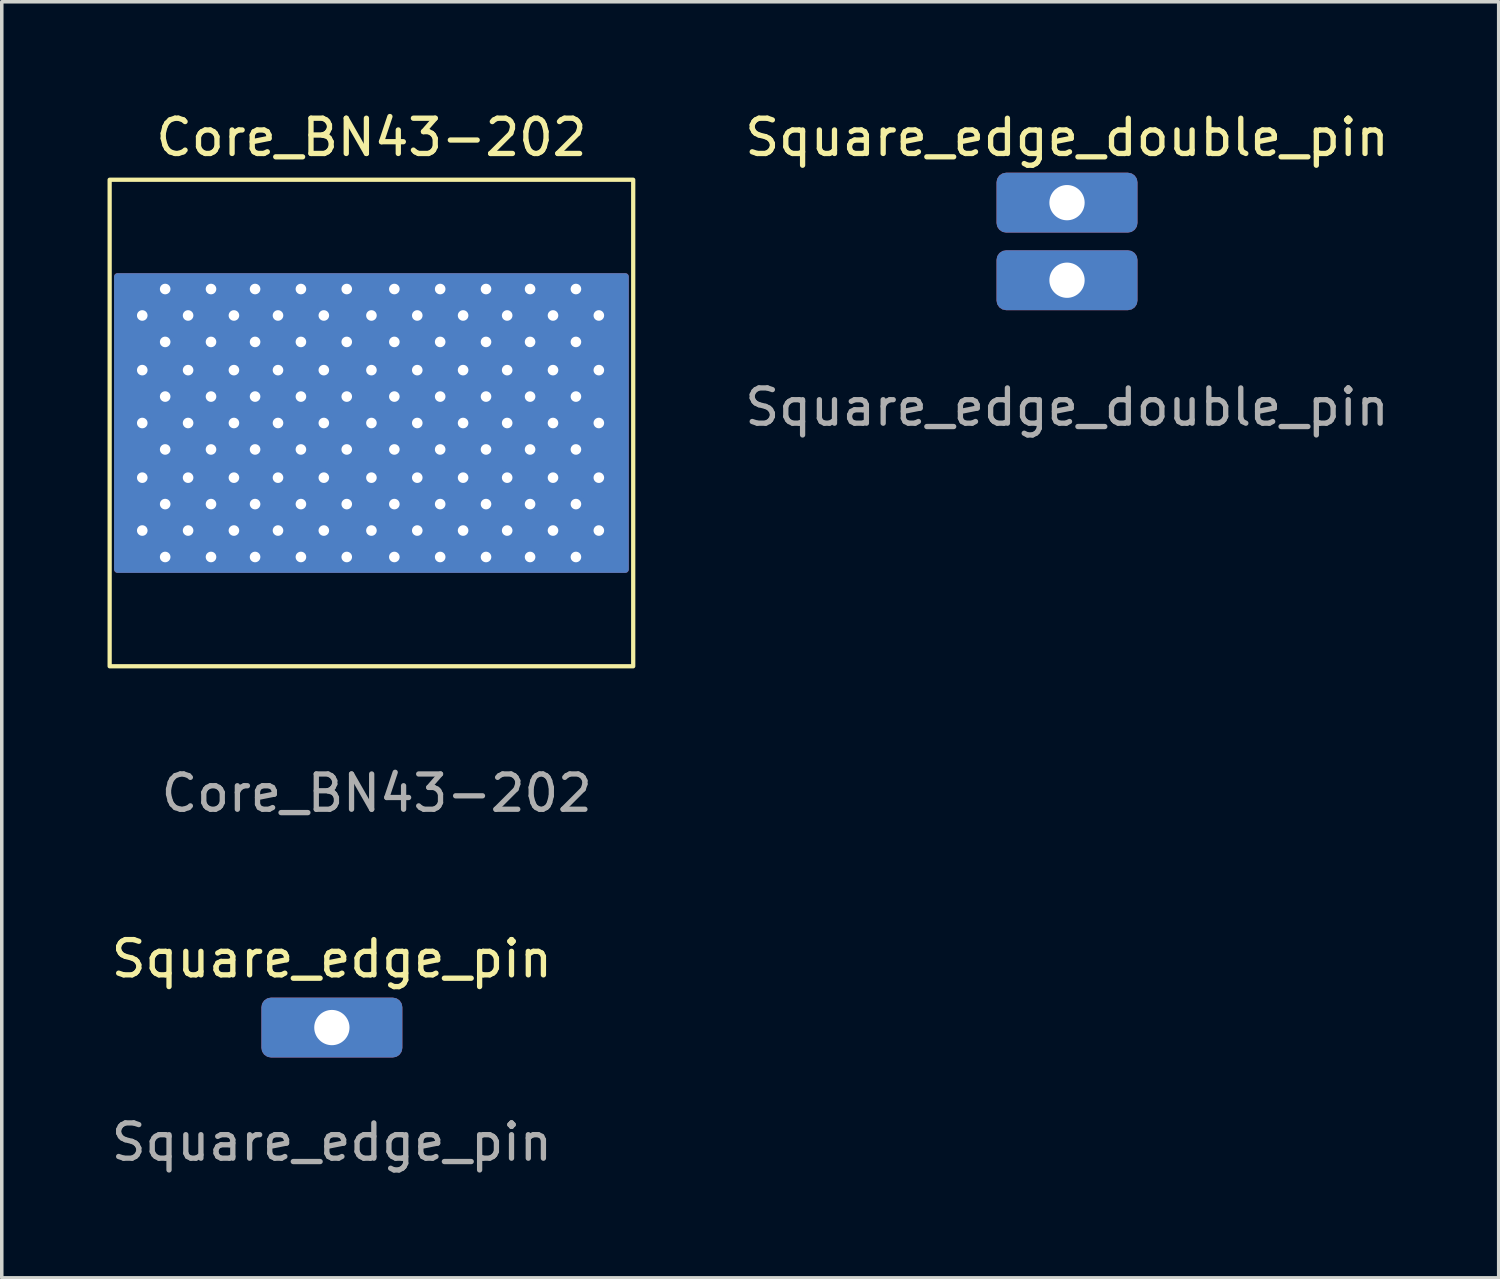
<source format=kicad_pcb>
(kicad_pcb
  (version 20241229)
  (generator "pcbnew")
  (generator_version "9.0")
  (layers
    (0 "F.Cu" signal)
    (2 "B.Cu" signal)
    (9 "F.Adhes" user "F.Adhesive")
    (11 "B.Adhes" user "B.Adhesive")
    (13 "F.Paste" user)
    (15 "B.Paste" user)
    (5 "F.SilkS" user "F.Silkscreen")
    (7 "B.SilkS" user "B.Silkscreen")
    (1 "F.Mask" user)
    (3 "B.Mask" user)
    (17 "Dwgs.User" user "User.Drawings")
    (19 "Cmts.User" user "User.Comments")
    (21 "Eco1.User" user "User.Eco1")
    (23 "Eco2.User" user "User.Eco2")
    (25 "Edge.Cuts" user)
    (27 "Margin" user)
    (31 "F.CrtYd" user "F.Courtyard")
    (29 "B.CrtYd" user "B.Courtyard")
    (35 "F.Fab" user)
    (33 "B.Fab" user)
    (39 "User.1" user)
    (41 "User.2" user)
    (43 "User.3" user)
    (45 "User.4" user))
  (footprint "Core_BN43-202"
    (layer "F.Cu")
    (at 7.485 8.948)
    (property "Reference" "Core_BN43-202" (at 0 -8.1 0) (unlocked yes) (layer "F.SilkS") (effects (font (size 1 1) (thickness 0.15))))
    (attr allow_soldermask_bridges)
    (fp_rect (start -7.2 -4.15) (end 7.2 4.15) (stroke (width 0.2) (type solid)) (fill yes) (layer "F.Cu"))
    (fp_rect (start -7.3 -4.25) (end 7.3 4.25) (stroke (width 0.1) (type solid)) (fill yes) (layer "F.Mask"))
    (fp_rect (start -7.2 -4.15) (end 7.2 4.15) (stroke (width 0.2) (type default)) (fill yes) (layer "B.Cu"))
    (fp_rect (start -7.3 -4.25) (end 7.4 4.25) (stroke (width 0.1) (type solid)) (fill yes) (layer "B.Mask"))
    (fp_rect (start -7.425 -6.9) (end 7.425 6.9) (stroke (width 0.12) (type default)) (fill no) (layer "F.SilkS"))
    (fp_text user "${REFERENCE}" (at 0.15 10.5 0) (unlocked yes) (layer "F.Fab") (effects (font (size 1 1) (thickness 0.15))))
    (pad "" thru_hole circle (at -6.5 -3.05) (size 0.5 0.5) (drill 0.3) (property pad_prop_heatsink) (layers "*.Cu" "*.Mask"))
    (pad "" thru_hole circle (at -6.5 -1.5) (size 0.5 0.5) (drill 0.3) (property pad_prop_heatsink) (layers "*.Cu" "*.Mask"))
    (pad "" thru_hole circle (at -6.5 0) (size 0.5 0.5) (drill 0.3) (property pad_prop_heatsink) (layers "*.Cu" "*.Mask"))
    (pad "" thru_hole circle (at -6.5 1.55) (size 0.5 0.5) (drill 0.3) (property pad_prop_heatsink) (layers "*.Cu" "*.Mask"))
    (pad "" thru_hole circle (at -6.5 3.05) (size 0.5 0.5) (drill 0.3) (property pad_prop_heatsink) (layers "*.Cu" "*.Mask"))
    (pad "" thru_hole circle (at -5.85 -3.8) (size 0.5 0.5) (drill 0.3) (property pad_prop_heatsink) (layers "*.Cu" "*.Mask"))
    (pad "" thru_hole circle (at -5.85 -2.3) (size 0.5 0.5) (drill 0.3) (property pad_prop_heatsink) (layers "*.Cu" "*.Mask"))
    (pad "" thru_hole circle (at -5.85 -0.75) (size 0.5 0.5) (drill 0.3) (property pad_prop_heatsink) (layers "*.Cu" "*.Mask"))
    (pad "" thru_hole circle (at -5.85 0.75) (size 0.5 0.5) (drill 0.3) (property pad_prop_heatsink) (layers "*.Cu" "*.Mask"))
    (pad "" thru_hole circle (at -5.85 2.3) (size 0.5 0.5) (drill 0.3) (property pad_prop_heatsink) (layers "*.Cu" "*.Mask"))
    (pad "" thru_hole circle (at -5.85 3.8) (size 0.5 0.5) (drill 0.3) (property pad_prop_heatsink) (layers "*.Cu" "*.Mask"))
    (pad "" thru_hole circle (at -5.2 -3.05) (size 0.5 0.5) (drill 0.3) (property pad_prop_heatsink) (layers "*.Cu" "*.Mask"))
    (pad "" thru_hole circle (at -5.2 -1.5) (size 0.5 0.5) (drill 0.3) (property pad_prop_heatsink) (layers "*.Cu" "*.Mask"))
    (pad "" thru_hole circle (at -5.2 0) (size 0.5 0.5) (drill 0.3) (property pad_prop_heatsink) (layers "*.Cu" "*.Mask"))
    (pad "" thru_hole circle (at -5.2 1.55) (size 0.5 0.5) (drill 0.3) (property pad_prop_heatsink) (layers "*.Cu" "*.Mask"))
    (pad "" thru_hole circle (at -5.2 3.05) (size 0.5 0.5) (drill 0.3) (property pad_prop_heatsink) (layers "*.Cu" "*.Mask"))
    (pad "" thru_hole circle (at -4.55 -3.8) (size 0.5 0.5) (drill 0.3) (property pad_prop_heatsink) (layers "*.Cu" "*.Mask"))
    (pad "" thru_hole circle (at -4.55 -2.3) (size 0.5 0.5) (drill 0.3) (property pad_prop_heatsink) (layers "*.Cu" "*.Mask"))
    (pad "" thru_hole circle (at -4.55 -0.75) (size 0.5 0.5) (drill 0.3) (property pad_prop_heatsink) (layers "*.Cu" "*.Mask"))
    (pad "" thru_hole circle (at -4.55 0.75) (size 0.5 0.5) (drill 0.3) (property pad_prop_heatsink) (layers "*.Cu" "*.Mask"))
    (pad "" thru_hole circle (at -4.55 2.3) (size 0.5 0.5) (drill 0.3) (property pad_prop_heatsink) (layers "*.Cu" "*.Mask"))
    (pad "" thru_hole circle (at -4.55 3.8) (size 0.5 0.5) (drill 0.3) (property pad_prop_heatsink) (layers "*.Cu" "*.Mask"))
    (pad "" thru_hole circle (at -3.9 -3.05) (size 0.5 0.5) (drill 0.3) (property pad_prop_heatsink) (layers "*.Cu" "*.Mask"))
    (pad "" thru_hole circle (at -3.9 -1.5) (size 0.5 0.5) (drill 0.3) (property pad_prop_heatsink) (layers "*.Cu" "*.Mask"))
    (pad "" thru_hole circle (at -3.9 0) (size 0.5 0.5) (drill 0.3) (property pad_prop_heatsink) (layers "*.Cu" "*.Mask"))
    (pad "" thru_hole circle (at -3.9 1.55) (size 0.5 0.5) (drill 0.3) (property pad_prop_heatsink) (layers "*.Cu" "*.Mask"))
    (pad "" thru_hole circle (at -3.9 3.05) (size 0.5 0.5) (drill 0.3) (property pad_prop_heatsink) (layers "*.Cu" "*.Mask"))
    (pad "" thru_hole circle (at -3.3 -3.8) (size 0.5 0.5) (drill 0.3) (property pad_prop_heatsink) (layers "*.Cu" "*.Mask"))
    (pad "" thru_hole circle (at -3.3 -2.3) (size 0.5 0.5) (drill 0.3) (property pad_prop_heatsink) (layers "*.Cu" "*.Mask"))
    (pad "" thru_hole circle (at -3.3 -0.75) (size 0.5 0.5) (drill 0.3) (property pad_prop_heatsink) (layers "*.Cu" "*.Mask"))
    (pad "" thru_hole circle (at -3.3 0.75) (size 0.5 0.5) (drill 0.3) (property pad_prop_heatsink) (layers "*.Cu" "*.Mask"))
    (pad "" thru_hole circle (at -3.3 2.3) (size 0.5 0.5) (drill 0.3) (property pad_prop_heatsink) (layers "*.Cu" "*.Mask"))
    (pad "" thru_hole circle (at -3.3 3.8) (size 0.5 0.5) (drill 0.3) (property pad_prop_heatsink) (layers "*.Cu" "*.Mask"))
    (pad "" thru_hole circle (at -2.65 -3.05) (size 0.5 0.5) (drill 0.3) (property pad_prop_heatsink) (layers "*.Cu" "*.Mask"))
    (pad "" thru_hole circle (at -2.65 -1.5) (size 0.5 0.5) (drill 0.3) (property pad_prop_heatsink) (layers "*.Cu" "*.Mask"))
    (pad "" thru_hole circle (at -2.65 0) (size 0.5 0.5) (drill 0.3) (property pad_prop_heatsink) (layers "*.Cu" "*.Mask"))
    (pad "" thru_hole circle (at -2.65 1.55) (size 0.5 0.5) (drill 0.3) (property pad_prop_heatsink) (layers "*.Cu" "*.Mask"))
    (pad "" thru_hole circle (at -2.65 3.05) (size 0.5 0.5) (drill 0.3) (property pad_prop_heatsink) (layers "*.Cu" "*.Mask"))
    (pad "" thru_hole circle (at -2 -3.8) (size 0.5 0.5) (drill 0.3) (property pad_prop_heatsink) (layers "*.Cu" "*.Mask"))
    (pad "" thru_hole circle (at -2 -2.3) (size 0.5 0.5) (drill 0.3) (property pad_prop_heatsink) (layers "*.Cu" "*.Mask"))
    (pad "" thru_hole circle (at -2 -0.75) (size 0.5 0.5) (drill 0.3) (property pad_prop_heatsink) (layers "*.Cu" "*.Mask"))
    (pad "" thru_hole circle (at -2 0.75) (size 0.5 0.5) (drill 0.3) (property pad_prop_heatsink) (layers "*.Cu" "*.Mask"))
    (pad "" thru_hole circle (at -2 2.3) (size 0.5 0.5) (drill 0.3) (property pad_prop_heatsink) (layers "*.Cu" "*.Mask"))
    (pad "" thru_hole circle (at -2 3.8) (size 0.5 0.5) (drill 0.3) (property pad_prop_heatsink) (layers "*.Cu" "*.Mask"))
    (pad "" thru_hole circle (at -1.35 -3.05) (size 0.5 0.5) (drill 0.3) (property pad_prop_heatsink) (layers "*.Cu" "*.Mask"))
    (pad "" thru_hole circle (at -1.35 -1.5) (size 0.5 0.5) (drill 0.3) (property pad_prop_heatsink) (layers "*.Cu" "*.Mask"))
    (pad "" thru_hole circle (at -1.35 0) (size 0.5 0.5) (drill 0.3) (property pad_prop_heatsink) (layers "*.Cu" "*.Mask"))
    (pad "" thru_hole circle (at -1.35 1.55) (size 0.5 0.5) (drill 0.3) (property pad_prop_heatsink) (layers "*.Cu" "*.Mask"))
    (pad "" thru_hole circle (at -1.35 3.05) (size 0.5 0.5) (drill 0.3) (property pad_prop_heatsink) (layers "*.Cu" "*.Mask"))
    (pad "" thru_hole circle (at -0.7 -3.8) (size 0.5 0.5) (drill 0.3) (property pad_prop_heatsink) (layers "*.Cu" "*.Mask"))
    (pad "" thru_hole circle (at -0.7 -2.3) (size 0.5 0.5) (drill 0.3) (property pad_prop_heatsink) (layers "*.Cu" "*.Mask"))
    (pad "" thru_hole circle (at -0.7 -0.75) (size 0.5 0.5) (drill 0.3) (property pad_prop_heatsink) (layers "*.Cu" "*.Mask"))
    (pad "" thru_hole circle (at -0.7 0.75) (size 0.5 0.5) (drill 0.3) (property pad_prop_heatsink) (layers "*.Cu" "*.Mask"))
    (pad "" thru_hole circle (at -0.7 2.3) (size 0.5 0.5) (drill 0.3) (property pad_prop_heatsink) (layers "*.Cu" "*.Mask"))
    (pad "" thru_hole circle (at -0.7 3.8) (size 0.5 0.5) (drill 0.3) (property pad_prop_heatsink) (layers "*.Cu" "*.Mask"))
    (pad "" thru_hole circle (at 0 -3.05) (size 0.5 0.5) (drill 0.3) (property pad_prop_heatsink) (layers "*.Cu" "*.Mask"))
    (pad "" thru_hole circle (at 0 -1.5) (size 0.5 0.5) (drill 0.3) (property pad_prop_heatsink) (layers "*.Cu" "*.Mask"))
    (pad "" thru_hole circle (at 0 0) (size 0.5 0.5) (drill 0.3) (property pad_prop_heatsink) (layers "*.Cu" "*.Mask"))
    (pad "" thru_hole circle (at 0 1.55) (size 0.5 0.5) (drill 0.3) (property pad_prop_heatsink) (layers "*.Cu" "*.Mask"))
    (pad "" thru_hole circle (at 0 3.05) (size 0.5 0.5) (drill 0.3) (property pad_prop_heatsink) (layers "*.Cu" "*.Mask"))
    (pad "" thru_hole circle (at 0.65 -3.8) (size 0.5 0.5) (drill 0.3) (property pad_prop_heatsink) (layers "*.Cu" "*.Mask"))
    (pad "" thru_hole circle (at 0.65 -2.3) (size 0.5 0.5) (drill 0.3) (property pad_prop_heatsink) (layers "*.Cu" "*.Mask"))
    (pad "" thru_hole circle (at 0.65 -0.75) (size 0.5 0.5) (drill 0.3) (property pad_prop_heatsink) (layers "*.Cu" "*.Mask"))
    (pad "" thru_hole circle (at 0.65 0.75) (size 0.5 0.5) (drill 0.3) (property pad_prop_heatsink) (layers "*.Cu" "*.Mask"))
    (pad "" thru_hole circle (at 0.65 2.3) (size 0.5 0.5) (drill 0.3) (property pad_prop_heatsink) (layers "*.Cu" "*.Mask"))
    (pad "" thru_hole circle (at 0.65 3.8) (size 0.5 0.5) (drill 0.3) (property pad_prop_heatsink) (layers "*.Cu" "*.Mask"))
    (pad "" thru_hole circle (at 1.3 -3.05) (size 0.5 0.5) (drill 0.3) (property pad_prop_heatsink) (layers "*.Cu" "*.Mask"))
    (pad "" thru_hole circle (at 1.3 -1.5) (size 0.5 0.5) (drill 0.3) (property pad_prop_heatsink) (layers "*.Cu" "*.Mask"))
    (pad "" thru_hole circle (at 1.3 0) (size 0.5 0.5) (drill 0.3) (property pad_prop_heatsink) (layers "*.Cu" "*.Mask"))
    (pad "" thru_hole circle (at 1.3 1.55) (size 0.5 0.5) (drill 0.3) (property pad_prop_heatsink) (layers "*.Cu" "*.Mask"))
    (pad "" thru_hole circle (at 1.3 3.05) (size 0.5 0.5) (drill 0.3) (property pad_prop_heatsink) (layers "*.Cu" "*.Mask"))
    (pad "" thru_hole circle (at 1.95 -3.8) (size 0.5 0.5) (drill 0.3) (property pad_prop_heatsink) (layers "*.Cu" "*.Mask"))
    (pad "" thru_hole circle (at 1.95 -2.3) (size 0.5 0.5) (drill 0.3) (property pad_prop_heatsink) (layers "*.Cu" "*.Mask"))
    (pad "" thru_hole circle (at 1.95 -0.75) (size 0.5 0.5) (drill 0.3) (property pad_prop_heatsink) (layers "*.Cu" "*.Mask"))
    (pad "" thru_hole circle (at 1.95 0.75) (size 0.5 0.5) (drill 0.3) (property pad_prop_heatsink) (layers "*.Cu" "*.Mask"))
    (pad "" thru_hole circle (at 1.95 2.3) (size 0.5 0.5) (drill 0.3) (property pad_prop_heatsink) (layers "*.Cu" "*.Mask"))
    (pad "" thru_hole circle (at 1.95 3.8) (size 0.5 0.5) (drill 0.3) (property pad_prop_heatsink) (layers "*.Cu" "*.Mask"))
    (pad "" thru_hole circle (at 2.6 -3.05) (size 0.5 0.5) (drill 0.3) (property pad_prop_heatsink) (layers "*.Cu" "*.Mask"))
    (pad "" thru_hole circle (at 2.6 -1.5) (size 0.5 0.5) (drill 0.3) (property pad_prop_heatsink) (layers "*.Cu" "*.Mask"))
    (pad "" thru_hole circle (at 2.6 0) (size 0.5 0.5) (drill 0.3) (property pad_prop_heatsink) (layers "*.Cu" "*.Mask"))
    (pad "" thru_hole circle (at 2.6 1.55) (size 0.5 0.5) (drill 0.3) (property pad_prop_heatsink) (layers "*.Cu" "*.Mask"))
    (pad "" thru_hole circle (at 2.6 3.05) (size 0.5 0.5) (drill 0.3) (property pad_prop_heatsink) (layers "*.Cu" "*.Mask"))
    (pad "" thru_hole circle (at 3.25 -3.8) (size 0.5 0.5) (drill 0.3) (property pad_prop_heatsink) (layers "*.Cu" "*.Mask"))
    (pad "" thru_hole circle (at 3.25 -2.3) (size 0.5 0.5) (drill 0.3) (property pad_prop_heatsink) (layers "*.Cu" "*.Mask"))
    (pad "" thru_hole circle (at 3.25 -0.75) (size 0.5 0.5) (drill 0.3) (property pad_prop_heatsink) (layers "*.Cu" "*.Mask"))
    (pad "" thru_hole circle (at 3.25 0.75) (size 0.5 0.5) (drill 0.3) (property pad_prop_heatsink) (layers "*.Cu" "*.Mask"))
    (pad "" thru_hole circle (at 3.25 2.3) (size 0.5 0.5) (drill 0.3) (property pad_prop_heatsink) (layers "*.Cu" "*.Mask"))
    (pad "" thru_hole circle (at 3.25 3.8) (size 0.5 0.5) (drill 0.3) (property pad_prop_heatsink) (layers "*.Cu" "*.Mask"))
    (pad "" thru_hole circle (at 3.85 -3.05) (size 0.5 0.5) (drill 0.3) (property pad_prop_heatsink) (layers "*.Cu" "*.Mask"))
    (pad "" thru_hole circle (at 3.85 -1.5) (size 0.5 0.5) (drill 0.3) (property pad_prop_heatsink) (layers "*.Cu" "*.Mask"))
    (pad "" thru_hole circle (at 3.85 0) (size 0.5 0.5) (drill 0.3) (property pad_prop_heatsink) (layers "*.Cu" "*.Mask"))
    (pad "" thru_hole circle (at 3.85 1.55) (size 0.5 0.5) (drill 0.3) (property pad_prop_heatsink) (layers "*.Cu" "*.Mask"))
    (pad "" thru_hole circle (at 3.85 3.05) (size 0.5 0.5) (drill 0.3) (property pad_prop_heatsink) (layers "*.Cu" "*.Mask"))
    (pad "" thru_hole circle (at 4.5 -3.8) (size 0.5 0.5) (drill 0.3) (property pad_prop_heatsink) (layers "*.Cu" "*.Mask"))
    (pad "" thru_hole circle (at 4.5 -2.3) (size 0.5 0.5) (drill 0.3) (property pad_prop_heatsink) (layers "*.Cu" "*.Mask"))
    (pad "" thru_hole circle (at 4.5 -0.75) (size 0.5 0.5) (drill 0.3) (property pad_prop_heatsink) (layers "*.Cu" "*.Mask"))
    (pad "" thru_hole circle (at 4.5 0.75) (size 0.5 0.5) (drill 0.3) (property pad_prop_heatsink) (layers "*.Cu" "*.Mask"))
    (pad "" thru_hole circle (at 4.5 2.3) (size 0.5 0.5) (drill 0.3) (property pad_prop_heatsink) (layers "*.Cu" "*.Mask"))
    (pad "" thru_hole circle (at 4.5 3.8) (size 0.5 0.5) (drill 0.3) (property pad_prop_heatsink) (layers "*.Cu" "*.Mask"))
    (pad "" thru_hole circle (at 5.15 -3.05) (size 0.5 0.5) (drill 0.3) (property pad_prop_heatsink) (layers "*.Cu" "*.Mask"))
    (pad "" thru_hole circle (at 5.15 -1.5) (size 0.5 0.5) (drill 0.3) (property pad_prop_heatsink) (layers "*.Cu" "*.Mask"))
    (pad "" thru_hole circle (at 5.15 0) (size 0.5 0.5) (drill 0.3) (property pad_prop_heatsink) (layers "*.Cu" "*.Mask"))
    (pad "" thru_hole circle (at 5.15 1.55) (size 0.5 0.5) (drill 0.3) (property pad_prop_heatsink) (layers "*.Cu" "*.Mask"))
    (pad "" thru_hole circle (at 5.15 3.05) (size 0.5 0.5) (drill 0.3) (property pad_prop_heatsink) (layers "*.Cu" "*.Mask"))
    (pad "" thru_hole circle (at 5.8 -3.8) (size 0.5 0.5) (drill 0.3) (property pad_prop_heatsink) (layers "*.Cu" "*.Mask"))
    (pad "" thru_hole circle (at 5.8 -2.3) (size 0.5 0.5) (drill 0.3) (property pad_prop_heatsink) (layers "*.Cu" "*.Mask"))
    (pad "" thru_hole circle (at 5.8 -0.75) (size 0.5 0.5) (drill 0.3) (property pad_prop_heatsink) (layers "*.Cu" "*.Mask"))
    (pad "" thru_hole circle (at 5.8 0.75) (size 0.5 0.5) (drill 0.3) (property pad_prop_heatsink) (layers "*.Cu" "*.Mask"))
    (pad "" thru_hole circle (at 5.8 2.3) (size 0.5 0.5) (drill 0.3) (property pad_prop_heatsink) (layers "*.Cu" "*.Mask"))
    (pad "" thru_hole circle (at 5.8 3.8) (size 0.5 0.5) (drill 0.3) (property pad_prop_heatsink) (layers "*.Cu" "*.Mask"))
    (pad "" thru_hole circle (at 6.45 -3.05) (size 0.5 0.5) (drill 0.3) (property pad_prop_heatsink) (layers "*.Cu" "*.Mask"))
    (pad "" thru_hole circle (at 6.45 -1.5) (size 0.5 0.5) (drill 0.3) (property pad_prop_heatsink) (layers "*.Cu" "*.Mask"))
    (pad "" thru_hole circle (at 6.45 0) (size 0.5 0.5) (drill 0.3) (property pad_prop_heatsink) (layers "*.Cu" "*.Mask"))
    (pad "" thru_hole circle (at 6.45 1.55) (size 0.5 0.5) (drill 0.3) (property pad_prop_heatsink) (layers "*.Cu" "*.Mask"))
    (pad "" thru_hole circle (at 6.45 3.05) (size 0.5 0.5) (drill 0.3) (property pad_prop_heatsink) (layers "*.Cu" "*.Mask")))
  (footprint "Square_edge_double_pin"
    (layer "F.Cu")
    (at 27.214 3.798)
    (property "Reference" "Square_edge_double_pin" (at 0 -2.95 0) (unlocked yes) (layer "F.SilkS") (effects (font (size 1 1) (thickness 0.15))))
    (fp_text user "${REFERENCE}" (at 0 4.7 0) (unlocked yes) (layer "F.Fab") (effects (font (size 1 1) (thickness 0.15))))
    (pad "MP" thru_hole roundrect (at 0 -1.1) (size 4 1.7) (drill 1) (property pad_prop_castellated) (layers "*.Cu" "*.Mask") (roundrect_rratio 0.161))
    (pad "MP" thru_hole roundrect (at 0 1.1) (size 4 1.7) (drill 1) (property pad_prop_castellated) (layers "*.Cu" "*.Mask") (roundrect_rratio 0.161)))
  (footprint "Square_edge_pin"
    (layer "F.Cu")
    (at 6.363 26.095)
    (property "Reference" "Square_edge_pin" (at 0 -1.95 0) (unlocked yes) (layer "F.SilkS") (effects (font (size 1 1) (thickness 0.15))))
    (fp_text user "${REFERENCE}" (at 0 3.25 0) (unlocked yes) (layer "F.Fab") (effects (font (size 1 1) (thickness 0.15))))
    (pad "MP" thru_hole roundrect (at 0 0) (size 4 1.7) (drill 1) (property pad_prop_castellated) (layers "*.Cu" "*.Mask") (roundrect_rratio 0.161)))
  (gr_rect
    (start -3 -3)
    (end 39.458 33.193)
    (stroke (width 0.1) (type default))
    (fill no)
    (layer "Edge.Cuts")))
</source>
